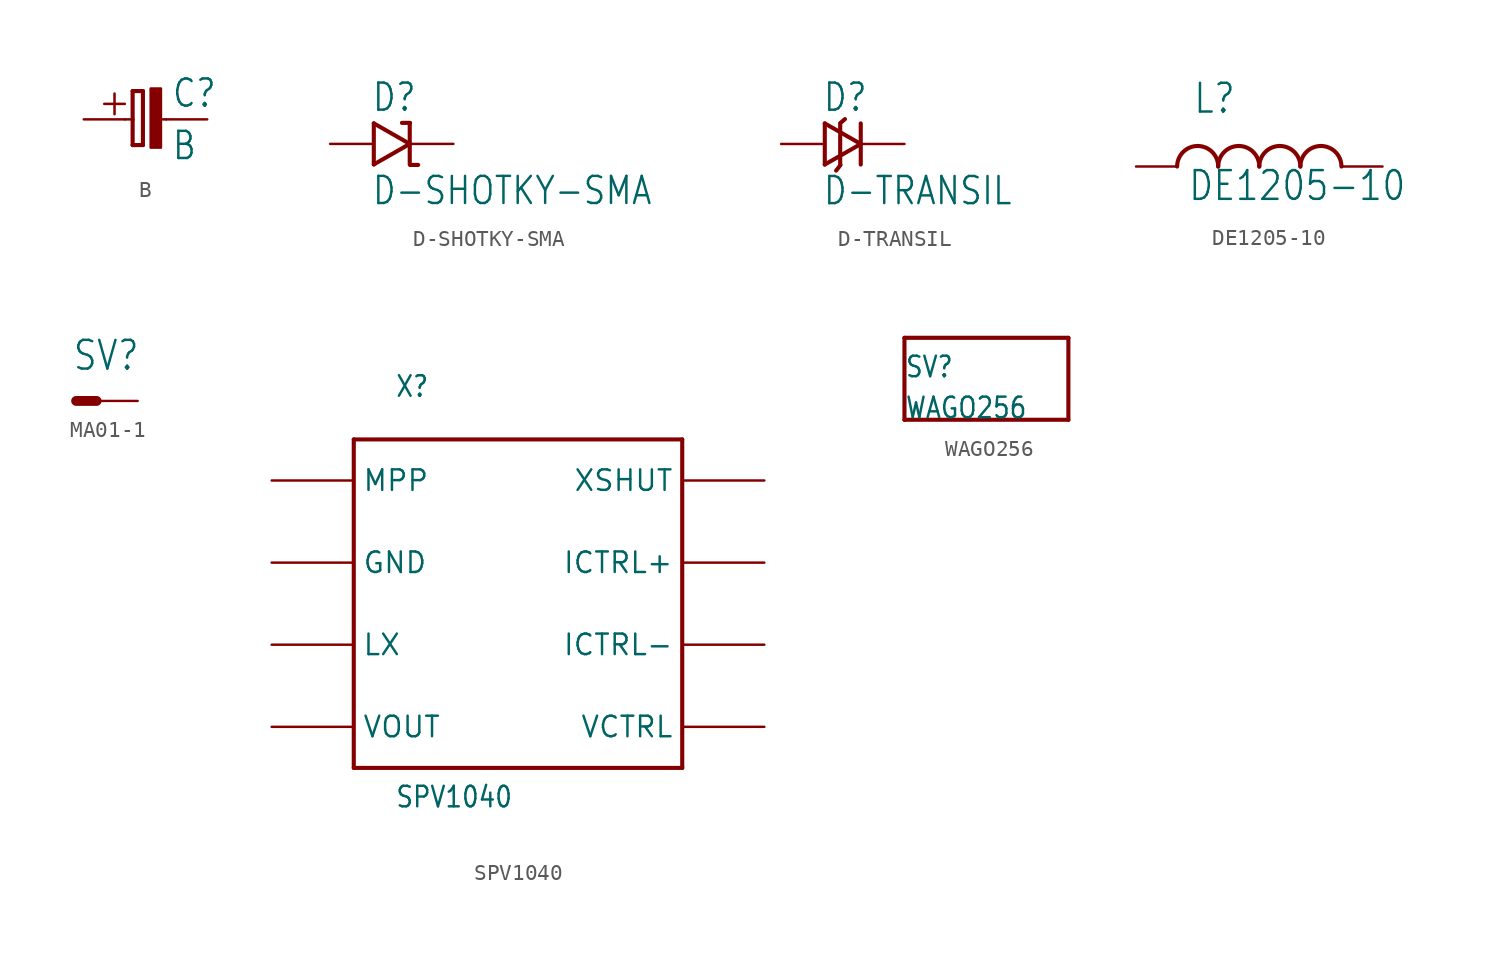
<source format=kicad_sym>
(kicad_symbol_lib
  (version 20211014)
  (generator kicad_symbol_editor)
  (symbol "B"
    (property "Reference" "C"
      (at 1.587 0.635 0)
      (effects (font (size 1.676 1.425)) (justify left bottom)))
    (property "Value" "B"
      (at 1.587 -0.635 0)
      (effects (font (size 1.676 1.425)) (justify left top)))
    (property "ki_locked" ""
      (at 0 0 0)
      (effects (font (size 1.27 1.27))))
    (symbol "B_1_0"
      (polyline (pts (xy -2.547 0.955) (xy -1.275 0.955)) (stroke (width 0.155) (type default) (color 0 0 0 0)) (fill (type none)))
      (polyline (pts (xy -1.911 1.591) (xy -1.911 0.319)) (stroke (width 0.155) (type default) (color 0 0 0 0)) (fill (type none)))
      (polyline (pts (xy -1.27 0) (xy -0.794 0)) (stroke (width 0.152) (type default) (color 0 0 0 0)) (fill (type none)))
      (polyline (pts (xy -0.794 -1.587) (xy -0.794 0)) (stroke (width 0.254) (type default) (color 0 0 0 0)) (fill (type none)))
      (polyline (pts (xy -0.794 0) (xy -0.794 1.746)) (stroke (width 0.254) (type default) (color 0 0 0 0)) (fill (type none)))
      (polyline (pts (xy -0.794 1.746) (xy -0.159 1.746)) (stroke (width 0.254) (type default) (color 0 0 0 0)) (fill (type none)))
      (polyline (pts (xy -0.159 -1.587) (xy -0.794 -1.587)) (stroke (width 0.254) (type default) (color 0 0 0 0)) (fill (type none)))
      (polyline (pts (xy -0.159 1.746) (xy -0.159 -1.587)) (stroke (width 0.254) (type default) (color 0 0 0 0)) (fill (type none)))
      (polyline (pts (xy 0.794 0) (xy 1.27 0)) (stroke (width 0.152) (type default) (color 0 0 0 0)) (fill (type none)))
      (rectangle (start 0.318 -1.746) (end 0.953 1.905) (stroke (width 0) (type default) (color 0 0 0 0)) (fill (type outline)))
      (pin passive line (at -3.81 0 0) (length 2.54) (name "C_EL+" (effects (font (size 0 0)))) (number "+" (effects (font (size 0 0)))))
      (pin passive line (at 3.81 0 180) (length 2.54) (name "C_EL-" (effects (font (size 0 0)))) (number "-" (effects (font (size 0 0)))))))
  (symbol "D-SHOTKY-SMA"
    (property "Reference" "D"
      (at 0 1.905 0)
      (effects (font (size 1.676 1.425)) (justify left bottom)))
    (property "Value" "D-SHOTKY-SMA"
      (at -0.0001 -1.905 0)
      (effects (font (size 1.676 1.425)) (justify left top)))
    (property "ki_locked" ""
      (at 0 0 0)
      (effects (font (size 1.27 1.27))))
    (symbol "D-SHOTKY-SMA_1_0"
      (polyline (pts (xy 0.159 -1.27) (xy 0.159 1.27)) (stroke (width 0.254) (type default) (color 0 0 0 0)) (fill (type none)))
      (polyline (pts (xy 0.159 1.27) (xy 2.381 0)) (stroke (width 0.254) (type default) (color 0 0 0 0)) (fill (type none)))
      (polyline (pts (xy 1.9 1.3) (xy 2.4 1.3)) (stroke (width 0.254) (type default) (color 0 0 0 0)) (fill (type none)))
      (polyline (pts (xy 2.381 0) (xy 0.159 -1.27)) (stroke (width 0.254) (type default) (color 0 0 0 0)) (fill (type none)))
      (polyline (pts (xy 2.381 0) (xy 2.381 -1.27)) (stroke (width 0.254) (type default) (color 0 0 0 0)) (fill (type none)))
      (polyline (pts (xy 2.381 1.27) (xy 2.381 0)) (stroke (width 0.254) (type default) (color 0 0 0 0)) (fill (type none)))
      (polyline (pts (xy 2.4 -1.3) (xy 2.9 -1.3)) (stroke (width 0.254) (type default) (color 0 0 0 0)) (fill (type none)))
      (pin passive line (at -2.54 0 0) (length 2.54) (name "A" (effects (font (size 0 0)))) (number "A" (effects (font (size 0 0)))))
      (pin passive line (at 5.08 0 180) (length 2.54) (name "K" (effects (font (size 0 0)))) (number "K" (effects (font (size 0 0)))))))
  (symbol "D-TRANSIL"
    (property "Reference" "D"
      (at -1.27 1.905 0)
      (effects (font (size 1.676 1.425)) (justify left bottom)))
    (property "Value" "D-TRANSIL"
      (at -1.27 -1.905 0)
      (effects (font (size 1.676 1.425)) (justify left top)))
    (property "ki_locked" ""
      (at 0 0 0)
      (effects (font (size 1.27 1.27))))
    (symbol "D-TRANSIL_1_0"
      (polyline (pts (xy -1.111 -1.27) (xy -1.111 1.27)) (stroke (width 0.254) (type default) (color 0 0 0 0)) (fill (type none)))
      (polyline (pts (xy -1.111 1.27) (xy 1.111 0)) (stroke (width 0.254) (type default) (color 0 0 0 0)) (fill (type none)))
      (polyline (pts (xy -0.159 1.27) (xy -0.159 -1.27)) (stroke (width 0.254) (type default) (color 0 0 0 0)) (fill (type none)))
      (polyline (pts (xy -0.14 -1.3) (xy -0.41 -1.645)) (stroke (width 0.254) (type default) (color 0 0 0 0)) (fill (type none)))
      (polyline (pts (xy 0.135 1.536) (xy -0.14 1.3)) (stroke (width 0.254) (type default) (color 0 0 0 0)) (fill (type none)))
      (polyline (pts (xy 1.111 0) (xy -1.111 -1.27)) (stroke (width 0.254) (type default) (color 0 0 0 0)) (fill (type none)))
      (polyline (pts (xy 1.111 0) (xy 1.111 -1.27)) (stroke (width 0.254) (type default) (color 0 0 0 0)) (fill (type none)))
      (polyline (pts (xy 1.111 1.27) (xy 1.111 0)) (stroke (width 0.254) (type default) (color 0 0 0 0)) (fill (type none)))
      (pin passive line (at -3.81 0 0) (length 2.54) (name "A" (effects (font (size 0 0)))) (number "A" (effects (font (size 0 0)))))
      (pin passive line (at 3.81 0 180) (length 2.54) (name "K" (effects (font (size 0 0)))) (number "K" (effects (font (size 0 0)))))))
  (symbol "DE1205-10"
    (property "Reference" "L"
      (at -4.128 3.175 0)
      (effects (font (size 1.778 1.511)) (justify left bottom)))
    (property "Value" "DE1205-10"
      (at -4.445 -2.223 0)
      (effects (font (size 1.778 1.511)) (justify left bottom)))
    (property "ki_locked" ""
      (at 0 0 0)
      (effects (font (size 1.27 1.27))))
    (symbol "DE1205-10_1_0"
      (arc (start -3.81 1.27) (mid -4.708 0.898) (end -5.08 0) (stroke (width 0.254) (type default) (color 0 0 0 0)) (fill (type none)))
      (arc (start -2.54 0) (mid -2.912 0.898) (end -3.81 1.27) (stroke (width 0.254) (type default) (color 0 0 0 0)) (fill (type none)))
      (arc (start -1.27 1.27) (mid -2.168 0.898) (end -2.54 0) (stroke (width 0.254) (type default) (color 0 0 0 0)) (fill (type none)))
      (arc (start 0 0) (mid -0.372 0.898) (end -1.27 1.27) (stroke (width 0.254) (type default) (color 0 0 0 0)) (fill (type none)))
      (arc (start 1.27 1.27) (mid 0.372 0.898) (end 0 0) (stroke (width 0.254) (type default) (color 0 0 0 0)) (fill (type none)))
      (arc (start 2.54 0) (mid 2.168 0.898) (end 1.27 1.27) (stroke (width 0.254) (type default) (color 0 0 0 0)) (fill (type none)))
      (arc (start 3.81 1.27) (mid 2.912 0.898) (end 2.54 0) (stroke (width 0.254) (type default) (color 0 0 0 0)) (fill (type none)))
      (arc (start 5.08 0) (mid 4.708 0.898) (end 3.81 1.27) (stroke (width 0.254) (type default) (color 0 0 0 0)) (fill (type none)))
      (pin passive line (at -7.62 0 0) (length 2.54) (name "1" (effects (font (size 0 0)))) (number "P$1" (effects (font (size 0 0)))))
      (pin passive line (at 7.62 0 180) (length 2.54) (name "2" (effects (font (size 0 0)))) (number "P$2" (effects (font (size 0 0)))))))
  (symbol "MA01-1"
    (property "Reference" "SV"
      (at -4.064 1.778 0)
      (effects (font (size 1.778 1.511)) (justify left bottom)))
    (property "ki_locked" ""
      (at 0 0 0)
      (effects (font (size 1.27 1.27))))
    (symbol "MA01-1_1_0"
      (polyline (pts (xy -3.81 0) (xy -2.54 0)) (stroke (width 0.61) (type default) (color 0 0 0 0)) (fill (type none)))
      (pin passive line (at 0 0 180) (length 2.54) (name "P$1" (effects (font (size 0 0)))) (number "1" (effects (font (size 0 0)))))))
  (symbol "SPV1040"
    (property "Reference" "X"
      (at -2.54 10.16 0)
      (effects (font (size 1.27 1.079)) (justify left bottom)))
    (property "Value" "SPV1040"
      (at -2.54 -15.24 0)
      (effects (font (size 1.27 1.079)) (justify left bottom)))
    (property "ki_locked" ""
      (at 0 0 0)
      (effects (font (size 1.27 1.27))))
    (symbol "SPV1040_1_0"
      (polyline (pts (xy -5.08 -12.7) (xy 15.24 -12.7)) (stroke (width 0.254) (type default) (color 0 0 0 0)) (fill (type none)))
      (polyline (pts (xy -5.08 7.62) (xy -5.08 -12.7)) (stroke (width 0.254) (type default) (color 0 0 0 0)) (fill (type none)))
      (polyline (pts (xy 15.24 -12.7) (xy 15.24 7.62)) (stroke (width 0.254) (type default) (color 0 0 0 0)) (fill (type none)))
      (polyline (pts (xy 15.24 7.62) (xy -5.08 7.62)) (stroke (width 0.254) (type default) (color 0 0 0 0)) (fill (type none)))
      (pin bidirectional line (at -10.16 5.08 0) (length 5.08) (name "MPP" (effects (font (size 1.27 1.27)))) (number "1" (effects (font (size 0 0)))))
      (pin bidirectional line (at -10.16 0 0) (length 5.08) (name "GND" (effects (font (size 1.27 1.27)))) (number "2" (effects (font (size 0 0)))))
      (pin bidirectional line (at -10.16 -5.08 0) (length 5.08) (name "LX" (effects (font (size 1.27 1.27)))) (number "3" (effects (font (size 0 0)))))
      (pin bidirectional line (at -10.16 -10.16 0) (length 5.08) (name "VOUT" (effects (font (size 1.27 1.27)))) (number "4" (effects (font (size 0 0)))))
      (pin bidirectional line (at 20.32 -10.16 180) (length 5.08) (name "VCTRL" (effects (font (size 1.27 1.27)))) (number "5" (effects (font (size 0 0)))))
      (pin bidirectional line (at 20.32 -5.08 180) (length 5.08) (name "ICTRL-" (effects (font (size 1.27 1.27)))) (number "6" (effects (font (size 0 0)))))
      (pin bidirectional line (at 20.32 0 180) (length 5.08) (name "ICTRL+" (effects (font (size 1.27 1.27)))) (number "7" (effects (font (size 0 0)))))
      (pin bidirectional line (at 20.32 5.08 180) (length 5.08) (name "XSHUT" (effects (font (size 1.27 1.27)))) (number "8" (effects (font (size 0 0)))))))
  (symbol "WAGO256"
    (property "Reference" "SV"
      (at -2.54 0 0)
      (effects (font (size 1.27 1.079)) (justify left bottom)))
    (property "Value" "WAGO256"
      (at -2.54 -2.54 0)
      (effects (font (size 1.27 1.079)) (justify left bottom)))
    (property "ki_locked" ""
      (at 0 0 0)
      (effects (font (size 1.27 1.27))))
    (symbol "WAGO256_1_0"
      (polyline (pts (xy -2.54 -2.54) (xy 7.62 -2.54)) (stroke (width 0.254) (type default) (color 0 0 0 0)) (fill (type none)))
      (polyline (pts (xy -2.54 2.54) (xy -2.54 -2.54)) (stroke (width 0.254) (type default) (color 0 0 0 0)) (fill (type none)))
      (polyline (pts (xy 7.62 -2.54) (xy 7.62 2.54)) (stroke (width 0.254) (type default) (color 0 0 0 0)) (fill (type none)))
      (polyline (pts (xy 7.62 2.54) (xy -2.54 2.54)) (stroke (width 0.254) (type default) (color 0 0 0 0)) (fill (type none)))
      (pin passive line (at 7.62 0 0) (length 0) (name "P$1" (effects (font (size 0 0)))) (number "1" (effects (font (size 0 0)))))
      (pin passive line (at 7.62 0 0) (length 0) (name "P$1" (effects (font (size 0 0)))) (number "A1" (effects (font (size 0 0))))))))
</source>
